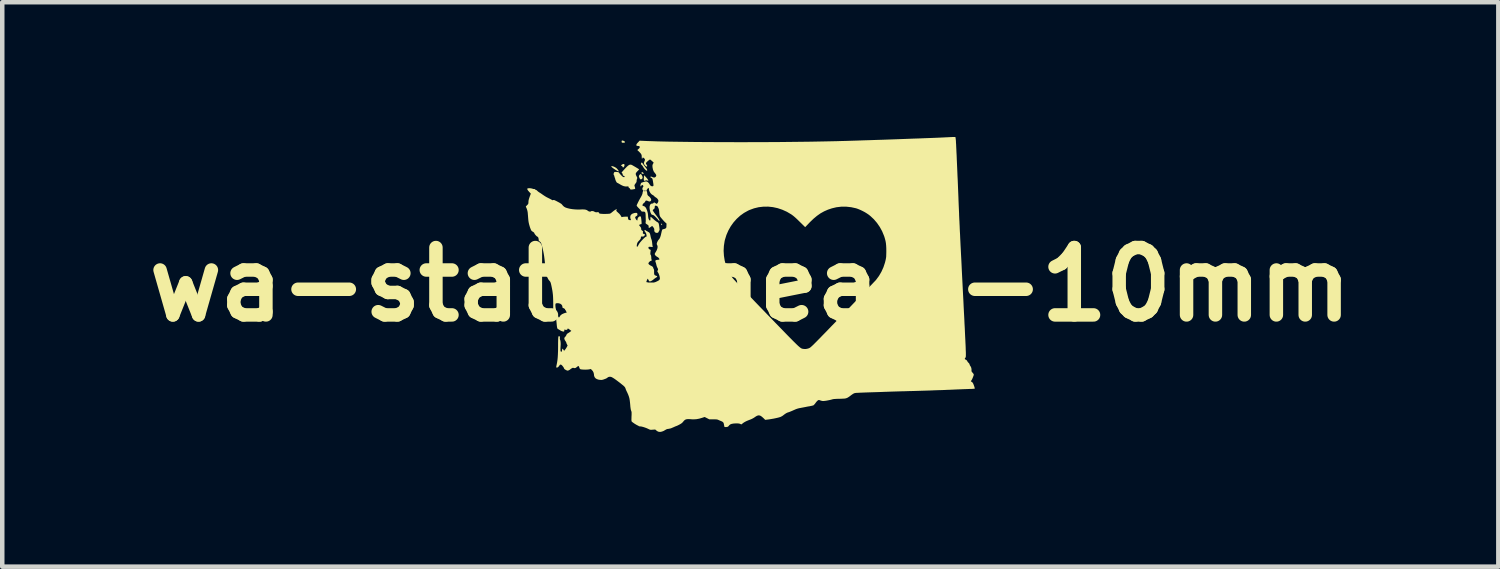
<source format=kicad_pcb>
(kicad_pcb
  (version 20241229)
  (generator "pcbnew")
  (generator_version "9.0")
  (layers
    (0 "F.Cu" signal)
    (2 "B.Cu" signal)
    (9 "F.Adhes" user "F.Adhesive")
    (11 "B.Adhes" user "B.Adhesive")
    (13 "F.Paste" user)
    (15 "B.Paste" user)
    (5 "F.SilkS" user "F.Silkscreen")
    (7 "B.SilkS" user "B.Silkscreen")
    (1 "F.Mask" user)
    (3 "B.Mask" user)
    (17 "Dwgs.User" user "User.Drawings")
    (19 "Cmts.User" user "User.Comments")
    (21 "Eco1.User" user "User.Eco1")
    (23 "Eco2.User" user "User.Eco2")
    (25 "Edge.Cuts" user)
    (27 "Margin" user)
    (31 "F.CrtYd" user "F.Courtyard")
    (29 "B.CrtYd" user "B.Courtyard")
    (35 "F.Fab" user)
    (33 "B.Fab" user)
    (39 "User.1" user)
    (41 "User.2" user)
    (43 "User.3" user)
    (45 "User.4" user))
  (footprint "wa-state-heart-10mm"
    (layer "F.Cu")
    (at 13.657 3.284)
    (property "Reference" "wa-state-heart-10mm" (at 0 0 0) (layer "F.SilkS") (effects (font (size 1.5 1.5) (thickness 0.3))))
    (attr board_only exclude_from_pos_files exclude_from_bom)
    (fp_poly (pts (xy -2.394 -2.497) (xy -2.381 -2.484) (xy -2.375 -2.469) (xy -2.379 -2.461) (xy -2.392 -2.461) (xy -2.397 -2.463) (xy -2.418 -2.473) (xy -2.426 -2.482) (xy -2.423 -2.491) (xy -2.409 -2.5)) (stroke (width 0) (type solid)) (fill yes) (layer "F.SilkS"))
    (fp_poly (pts (xy -1.982 -1.356) (xy -1.975 -1.349) (xy -1.965 -1.338) (xy -1.962 -1.327) (xy -1.965 -1.321) (xy -1.967 -1.321) (xy -1.975 -1.325) (xy -1.98 -1.328) (xy -1.986 -1.341) (xy -1.987 -1.349) (xy -1.987 -1.357)) (stroke (width 0) (type solid)) (fill yes) (layer "F.SilkS"))
    (fp_poly (pts (xy -2.839 -3.204) (xy -2.817 -3.196) (xy -2.799 -3.186) (xy -2.791 -3.174) (xy -2.792 -3.164) (xy -2.796 -3.16) (xy -2.809 -3.156) (xy -2.828 -3.155) (xy -2.847 -3.156) (xy -2.858 -3.158) (xy -2.863 -3.166) (xy -2.866 -3.182) (xy -2.866 -3.184) (xy -2.863 -3.199) (xy -2.855 -3.205)) (stroke (width 0) (type solid)) (fill yes) (layer "F.SilkS"))
    (fp_poly (pts (xy -2.811 -2.682) (xy -2.804 -2.673) (xy -2.801 -2.657) (xy -2.804 -2.638) (xy -2.811 -2.622) (xy -2.815 -2.617) (xy -2.828 -2.605) (xy -2.837 -2.605) (xy -2.843 -2.616) (xy -2.844 -2.619) (xy -2.853 -2.634) (xy -2.863 -2.639) (xy -2.876 -2.644) (xy -2.877 -2.652) (xy -2.867 -2.662) (xy -2.85 -2.674) (xy -2.831 -2.681) (xy -2.814 -2.683)) (stroke (width 0) (type solid)) (fill yes) (layer "F.SilkS"))
    (fp_poly (pts (xy -2.433 -2.455) (xy -2.421 -2.441) (xy -2.409 -2.42) (xy -2.4 -2.398) (xy -2.398 -2.383) (xy -2.402 -2.364) (xy -2.413 -2.35) (xy -2.428 -2.341) (xy -2.443 -2.34) (xy -2.454 -2.348) (xy -2.466 -2.367) (xy -2.475 -2.389) (xy -2.481 -2.408) (xy -2.481 -2.412) (xy -2.476 -2.426) (xy -2.465 -2.442) (xy -2.462 -2.446) (xy -2.449 -2.457) (xy -2.44 -2.459)) (stroke (width 0) (type solid)) (fill yes) (layer "F.SilkS"))
    (fp_poly (pts (xy -2.324 -2.39) (xy -2.299 -2.362) (xy -2.282 -2.339) (xy -2.272 -2.322) (xy -2.27 -2.312) (xy -2.276 -2.309) (xy -2.289 -2.314) (xy -2.303 -2.319) (xy -2.323 -2.317) (xy -2.331 -2.315) (xy -2.349 -2.31) (xy -2.359 -2.308) (xy -2.364 -2.309) (xy -2.368 -2.312) (xy -2.368 -2.312) (xy -2.37 -2.321) (xy -2.371 -2.34) (xy -2.371 -2.364) (xy -2.368 -2.391) (xy -2.367 -2.404) (xy -2.362 -2.432)) (stroke (width 0) (type solid)) (fill yes) (layer "F.SilkS"))
    (fp_poly (pts (xy -3.078 -2.635) (xy -3.058 -2.63) (xy -3.035 -2.622) (xy -3.011 -2.61) (xy -2.988 -2.596) (xy -2.983 -2.592) (xy -2.97 -2.58) (xy -2.955 -2.563) (xy -2.942 -2.546) (xy -2.932 -2.531) (xy -2.93 -2.523) (xy -2.935 -2.519) (xy -2.948 -2.523) (xy -2.969 -2.533) (xy -2.973 -2.535) (xy -3.004 -2.554) (xy -3.034 -2.574) (xy -3.061 -2.593) (xy -3.081 -2.61) (xy -3.093 -2.623) (xy -3.096 -2.63) (xy -3.091 -2.635)) (stroke (width 0) (type solid)) (fill yes) (layer "F.SilkS"))
    (fp_poly (pts (xy -2.407 -2.708) (xy -2.393 -2.69) (xy -2.387 -2.682) (xy -2.37 -2.656) (xy -2.35 -2.629) (xy -2.337 -2.612) (xy -2.315 -2.585) (xy -2.302 -2.564) (xy -2.296 -2.548) (xy -2.295 -2.542) (xy -2.299 -2.533) (xy -2.309 -2.534) (xy -2.326 -2.545) (xy -2.343 -2.561) (xy -2.361 -2.581) (xy -2.378 -2.604) (xy -2.385 -2.617) (xy -2.398 -2.638) (xy -2.413 -2.656) (xy -2.418 -2.661) (xy -2.431 -2.673) (xy -2.435 -2.683) (xy -2.432 -2.696) (xy -2.425 -2.711) (xy -2.417 -2.715)) (stroke (width 0) (type solid)) (fill yes) (layer "F.SilkS"))
    (fp_poly (pts (xy -2.656 -2.667) (xy -2.646 -2.664) (xy -2.635 -2.659) (xy -2.616 -2.649) (xy -2.593 -2.635) (xy -2.566 -2.62) (xy -2.54 -2.604) (xy -2.515 -2.589) (xy -2.494 -2.576) (xy -2.48 -2.566) (xy -2.475 -2.562) (xy -2.475 -2.562) (xy -2.479 -2.557) (xy -2.49 -2.545) (xy -2.506 -2.528) (xy -2.513 -2.522) (xy -2.535 -2.497) (xy -2.548 -2.478) (xy -2.551 -2.458) (xy -2.546 -2.437) (xy -2.533 -2.409) (xy -2.532 -2.408) (xy -2.522 -2.388) (xy -2.517 -2.375) (xy -2.517 -2.365) (xy -2.522 -2.354) (xy -2.522 -2.354) (xy -2.528 -2.335) (xy -2.531 -2.313) (xy -2.531 -2.31) (xy -2.533 -2.285) (xy -2.541 -2.269) (xy -2.559 -2.244) (xy -2.571 -2.227) (xy -2.577 -2.215) (xy -2.58 -2.206) (xy -2.578 -2.197) (xy -2.575 -2.184) (xy -2.573 -2.178) (xy -2.566 -2.153) (xy -2.563 -2.137) (xy -2.566 -2.129) (xy -2.574 -2.124) (xy -2.587 -2.122) (xy -2.62 -2.116) (xy -2.642 -2.113) (xy -2.656 -2.113) (xy -2.665 -2.114) (xy -2.666 -2.114) (xy -2.674 -2.122) (xy -2.68 -2.133) (xy -2.689 -2.146) (xy -2.699 -2.152) (xy -2.71 -2.161) (xy -2.712 -2.171) (xy -2.713 -2.18) (xy -2.717 -2.184) (xy -2.728 -2.184) (xy -2.746 -2.182) (xy -2.781 -2.182) (xy -2.817 -2.189) (xy -2.857 -2.205) (xy -2.903 -2.23) (xy -2.904 -2.231) (xy -2.927 -2.245) (xy -2.947 -2.255) (xy -2.959 -2.262) (xy -2.963 -2.263) (xy -2.971 -2.268) (xy -2.981 -2.282) (xy -2.991 -2.301) (xy -3 -2.321) (xy -3.005 -2.337) (xy -3.01 -2.358) (xy -3.017 -2.377) (xy -3.017 -2.378) (xy -3.024 -2.395) (xy -3.026 -2.408) (xy -3.03 -2.424) (xy -3.036 -2.432) (xy -3.044 -2.449) (xy -3.042 -2.472) (xy -3.035 -2.488) (xy -3.029 -2.499) (xy -3.023 -2.504) (xy -3.012 -2.506) (xy -2.995 -2.506) (xy -2.98 -2.505) (xy -2.955 -2.503) (xy -2.939 -2.5) (xy -2.93 -2.495) (xy -2.924 -2.488) (xy -2.909 -2.469) (xy -2.89 -2.447) (xy -2.87 -2.426) (xy -2.851 -2.408) (xy -2.836 -2.396) (xy -2.833 -2.394) (xy -2.817 -2.389) (xy -2.805 -2.389) (xy -2.797 -2.396) (xy -2.799 -2.406) (xy -2.81 -2.415) (xy -2.819 -2.419) (xy -2.834 -2.425) (xy -2.839 -2.435) (xy -2.84 -2.445) (xy -2.845 -2.464) (xy -2.853 -2.478) (xy -2.867 -2.493) (xy -2.822 -2.543) (xy -2.785 -2.584) (xy -2.754 -2.616) (xy -2.729 -2.639) (xy -2.708 -2.655) (xy -2.689 -2.665) (xy -2.673 -2.668)) (stroke (width 0) (type solid)) (fill yes) (layer "F.SilkS"))
    (fp_poly (pts (xy 4.554 -3.284) (xy 4.565 -3.283) (xy 4.566 -3.282) (xy 4.569 -3.275) (xy 4.572 -3.257) (xy 4.575 -3.232) (xy 4.578 -3.205) (xy 4.579 -3.188) (xy 4.58 -3.159) (xy 4.583 -3.118) (xy 4.585 -3.068) (xy 4.588 -3.009) (xy 4.591 -2.941) (xy 4.595 -2.867) (xy 4.598 -2.786) (xy 4.602 -2.699) (xy 4.606 -2.608) (xy 4.61 -2.514) (xy 4.614 -2.416) (xy 4.619 -2.318) (xy 4.623 -2.218) (xy 4.627 -2.118) (xy 4.631 -2.02) (xy 4.635 -1.923) (xy 4.635 -1.914) (xy 4.637 -1.86) (xy 4.639 -1.81) (xy 4.641 -1.762) (xy 4.643 -1.716) (xy 4.645 -1.672) (xy 4.647 -1.628) (xy 4.649 -1.585) (xy 4.65 -1.541) (xy 4.652 -1.497) (xy 4.654 -1.451) (xy 4.657 -1.403) (xy 4.659 -1.352) (xy 4.662 -1.297) (xy 4.664 -1.239) (xy 4.667 -1.177) (xy 4.671 -1.109) (xy 4.674 -1.036) (xy 4.678 -0.957) (xy 4.682 -0.87) (xy 4.687 -0.777) (xy 4.692 -0.675) (xy 4.698 -0.565) (xy 4.704 -0.445) (xy 4.71 -0.316) (xy 4.717 -0.177) (xy 4.725 -0.026) (xy 4.733 0.136) (xy 4.742 0.31) (xy 4.744 0.343) (xy 4.751 0.493) (xy 4.758 0.631) (xy 4.765 0.757) (xy 4.77 0.872) (xy 4.776 0.976) (xy 4.78 1.07) (xy 4.784 1.155) (xy 4.788 1.23) (xy 4.791 1.297) (xy 4.794 1.355) (xy 4.796 1.407) (xy 4.797 1.451) (xy 4.799 1.489) (xy 4.8 1.521) (xy 4.8 1.547) (xy 4.8 1.569) (xy 4.8 1.587) (xy 4.799 1.6) (xy 4.798 1.611) (xy 4.797 1.618) (xy 4.795 1.624) (xy 4.793 1.628) (xy 4.791 1.63) (xy 4.788 1.633) (xy 4.786 1.635) (xy 4.785 1.635) (xy 4.777 1.648) (xy 4.778 1.661) (xy 4.788 1.67) (xy 4.788 1.67) (xy 4.806 1.679) (xy 4.822 1.692) (xy 4.832 1.706) (xy 4.834 1.712) (xy 4.839 1.723) (xy 4.851 1.736) (xy 4.856 1.741) (xy 4.875 1.761) (xy 4.883 1.781) (xy 4.89 1.801) (xy 4.9 1.817) (xy 4.901 1.818) (xy 4.912 1.835) (xy 4.921 1.859) (xy 4.926 1.887) (xy 4.926 1.912) (xy 4.926 1.915) (xy 4.925 1.929) (xy 4.932 1.944) (xy 4.944 1.959) (xy 4.962 1.98) (xy 4.972 1.994) (xy 4.976 2.006) (xy 4.975 2.018) (xy 4.969 2.036) (xy 4.965 2.047) (xy 4.952 2.081) (xy 4.939 2.11) (xy 4.927 2.132) (xy 4.918 2.144) (xy 4.917 2.144) (xy 4.911 2.153) (xy 4.917 2.162) (xy 4.927 2.167) (xy 4.941 2.176) (xy 4.954 2.192) (xy 4.956 2.194) (xy 4.964 2.21) (xy 4.973 2.232) (xy 4.982 2.257) (xy 4.99 2.281) (xy 4.996 2.302) (xy 4.998 2.316) (xy 4.997 2.32) (xy 4.99 2.322) (xy 4.972 2.323) (xy 4.947 2.325) (xy 4.931 2.326) (xy 4.901 2.326) (xy 4.86 2.328) (xy 4.808 2.33) (xy 4.746 2.332) (xy 4.675 2.335) (xy 4.596 2.338) (xy 4.51 2.342) (xy 4.418 2.346) (xy 4.401 2.346) (xy 4.341 2.349) (xy 4.27 2.352) (xy 4.19 2.354) (xy 4.102 2.357) (xy 4.009 2.361) (xy 3.912 2.364) (xy 3.813 2.367) (xy 3.714 2.37) (xy 3.616 2.373) (xy 3.521 2.375) (xy 3.432 2.378) (xy 3.407 2.378) (xy 3.343 2.38) (xy 3.276 2.382) (xy 3.209 2.384) (xy 3.144 2.386) (xy 3.085 2.388) (xy 3.033 2.39) (xy 2.994 2.391) (xy 2.95 2.393) (xy 2.896 2.395) (xy 2.835 2.397) (xy 2.77 2.399) (xy 2.704 2.401) (xy 2.64 2.403) (xy 2.609 2.404) (xy 2.554 2.406) (xy 2.502 2.408) (xy 2.453 2.41) (xy 2.411 2.412) (xy 2.377 2.414) (xy 2.352 2.415) (xy 2.34 2.417) (xy 2.322 2.42) (xy 2.305 2.427) (xy 2.287 2.437) (xy 2.263 2.453) (xy 2.245 2.466) (xy 2.214 2.49) (xy 2.189 2.507) (xy 2.167 2.521) (xy 2.146 2.53) (xy 2.124 2.537) (xy 2.098 2.541) (xy 2.065 2.543) (xy 2.024 2.545) (xy 1.987 2.546) (xy 1.937 2.547) (xy 1.897 2.549) (xy 1.867 2.551) (xy 1.844 2.554) (xy 1.828 2.558) (xy 1.821 2.56) (xy 1.8 2.566) (xy 1.771 2.573) (xy 1.736 2.58) (xy 1.7 2.587) (xy 1.666 2.592) (xy 1.638 2.595) (xy 1.621 2.596) (xy 1.602 2.594) (xy 1.577 2.588) (xy 1.562 2.583) (xy 1.542 2.576) (xy 1.529 2.573) (xy 1.518 2.575) (xy 1.507 2.58) (xy 1.495 2.59) (xy 1.478 2.607) (xy 1.46 2.629) (xy 1.455 2.637) (xy 1.438 2.659) (xy 1.422 2.677) (xy 1.41 2.689) (xy 1.407 2.691) (xy 1.395 2.695) (xy 1.373 2.701) (xy 1.344 2.707) (xy 1.311 2.714) (xy 1.301 2.715) (xy 1.266 2.721) (xy 1.233 2.728) (xy 1.206 2.733) (xy 1.187 2.737) (xy 1.184 2.737) (xy 1.165 2.741) (xy 1.138 2.746) (xy 1.108 2.752) (xy 1.099 2.753) (xy 1.061 2.762) (xy 1.021 2.775) (xy 0.975 2.795) (xy 0.968 2.798) (xy 0.935 2.813) (xy 0.901 2.827) (xy 0.871 2.839) (xy 0.851 2.846) (xy 0.826 2.854) (xy 0.803 2.865) (xy 0.779 2.88) (xy 0.751 2.9) (xy 0.726 2.92) (xy 0.704 2.934) (xy 0.677 2.948) (xy 0.657 2.955) (xy 0.618 2.966) (xy 0.57 2.977) (xy 0.517 2.988) (xy 0.464 2.997) (xy 0.415 3.005) (xy 0.398 3.007) (xy 0.332 3.015) (xy 0.293 2.976) (xy 0.258 2.945) (xy 0.229 2.925) (xy 0.201 2.916) (xy 0.174 2.916) (xy 0.144 2.927) (xy 0.11 2.948) (xy 0.098 2.957) (xy 0.07 2.975) (xy 0.038 2.992) (xy 0.011 3.004) (xy -0.038 3.023) (xy -0.077 3.039) (xy -0.108 3.054) (xy -0.133 3.068) (xy -0.155 3.082) (xy -0.162 3.088) (xy -0.2 3.117) (xy -0.226 3.105) (xy -0.242 3.099) (xy -0.261 3.096) (xy -0.286 3.094) (xy -0.32 3.094) (xy -0.372 3.097) (xy -0.412 3.104) (xy -0.443 3.115) (xy -0.465 3.131) (xy -0.473 3.141) (xy -0.486 3.157) (xy -0.499 3.167) (xy -0.502 3.169) (xy -0.517 3.172) (xy -0.537 3.175) (xy -0.556 3.175) (xy -0.571 3.173) (xy -0.575 3.172) (xy -0.578 3.163) (xy -0.581 3.146) (xy -0.585 3.127) (xy -0.591 3.095) (xy -0.602 3.072) (xy -0.621 3.056) (xy -0.648 3.043) (xy -0.651 3.042) (xy -0.676 3.032) (xy -0.699 3.022) (xy -0.712 3.016) (xy -0.723 3.011) (xy -0.736 3.008) (xy -0.754 3.005) (xy -0.778 3.004) (xy -0.813 3.004) (xy -0.824 3.004) (xy -0.914 3.003) (xy -0.965 2.977) (xy -1.016 2.951) (xy -1.071 2.969) (xy -1.135 2.988) (xy -1.2 3) (xy -1.26 3.004) (xy -1.298 3.003) (xy -1.348 2.999) (xy -1.387 2.998) (xy -1.417 3.001) (xy -1.441 3.008) (xy -1.461 3.02) (xy -1.479 3.037) (xy -1.494 3.055) (xy -1.511 3.075) (xy -1.531 3.092) (xy -1.558 3.109) (xy -1.572 3.117) (xy -1.599 3.131) (xy -1.625 3.144) (xy -1.645 3.152) (xy -1.651 3.154) (xy -1.669 3.161) (xy -1.694 3.172) (xy -1.72 3.184) (xy -1.726 3.186) (xy -1.768 3.204) (xy -1.808 3.213) (xy -1.819 3.215) (xy -1.849 3.219) (xy -1.872 3.228) (xy -1.889 3.238) (xy -1.93 3.262) (xy -1.97 3.277) (xy -2.009 3.284) (xy -2.042 3.28) (xy -2.043 3.28) (xy -2.066 3.27) (xy -2.088 3.255) (xy -2.094 3.25) (xy -2.117 3.23) (xy -2.173 3.234) (xy -2.2 3.236) (xy -2.219 3.236) (xy -2.235 3.233) (xy -2.251 3.227) (xy -2.273 3.216) (xy -2.309 3.2) (xy -2.349 3.185) (xy -2.387 3.173) (xy -2.422 3.164) (xy -2.449 3.161) (xy -2.452 3.161) (xy -2.47 3.159) (xy -2.482 3.156) (xy -2.484 3.154) (xy -2.492 3.147) (xy -2.507 3.14) (xy -2.51 3.139) (xy -2.529 3.129) (xy -2.553 3.115) (xy -2.579 3.099) (xy -2.603 3.082) (xy -2.624 3.067) (xy -2.638 3.055) (xy -2.642 3.05) (xy -2.645 3.038) (xy -2.647 3.014) (xy -2.646 2.98) (xy -2.645 2.94) (xy -2.643 2.902) (xy -2.643 2.874) (xy -2.643 2.853) (xy -2.645 2.838) (xy -2.648 2.824) (xy -2.653 2.81) (xy -2.654 2.809) (xy -2.661 2.786) (xy -2.666 2.755) (xy -2.671 2.715) (xy -2.673 2.685) (xy -2.679 2.625) (xy -2.685 2.575) (xy -2.693 2.531) (xy -2.705 2.491) (xy -2.72 2.451) (xy -2.739 2.408) (xy -2.746 2.394) (xy -2.758 2.369) (xy -2.769 2.344) (xy -2.776 2.325) (xy -2.776 2.324) (xy -2.781 2.309) (xy -2.788 2.295) (xy -2.796 2.283) (xy -2.809 2.269) (xy -2.827 2.252) (xy -2.852 2.232) (xy -2.884 2.206) (xy -2.9 2.193) (xy -2.953 2.153) (xy -2.997 2.12) (xy -3.033 2.095) (xy -3.062 2.077) (xy -3.086 2.064) (xy -3.103 2.058) (xy -3.127 2.055) (xy -3.152 2.059) (xy -3.173 2.068) (xy -3.181 2.076) (xy -3.192 2.084) (xy -3.21 2.094) (xy -3.221 2.099) (xy -3.246 2.108) (xy -3.271 2.117) (xy -3.279 2.12) (xy -3.309 2.126) (xy -3.345 2.125) (xy -3.383 2.119) (xy -3.417 2.107) (xy -3.443 2.092) (xy -3.467 2.064) (xy -3.479 2.03) (xy -3.481 2.005) (xy -3.488 1.968) (xy -3.505 1.932) (xy -3.528 1.905) (xy -3.551 1.883) (xy -3.59 1.891) (xy -3.613 1.894) (xy -3.643 1.896) (xy -3.677 1.897) (xy -3.711 1.896) (xy -3.742 1.894) (xy -3.768 1.891) (xy -3.784 1.887) (xy -3.786 1.886) (xy -3.798 1.874) (xy -3.807 1.852) (xy -3.807 1.849) (xy -3.814 1.831) (xy -3.821 1.819) (xy -3.824 1.817) (xy -3.835 1.819) (xy -3.85 1.828) (xy -3.859 1.836) (xy -3.883 1.855) (xy -3.904 1.863) (xy -3.925 1.862) (xy -3.933 1.859) (xy -3.946 1.856) (xy -3.958 1.858) (xy -3.976 1.867) (xy -3.978 1.869) (xy -3.995 1.879) (xy -4.007 1.889) (xy -4.01 1.892) (xy -4.019 1.899) (xy -4.034 1.907) (xy -4.041 1.911) (xy -4.059 1.918) (xy -4.072 1.919) (xy -4.087 1.914) (xy -4.089 1.913) (xy -4.113 1.901) (xy -4.133 1.888) (xy -4.145 1.875) (xy -4.148 1.868) (xy -4.153 1.854) (xy -4.166 1.834) (xy -4.186 1.809) (xy -4.194 1.8) (xy -4.213 1.786) (xy -4.23 1.784) (xy -4.244 1.794) (xy -4.249 1.803) (xy -4.261 1.82) (xy -4.277 1.837) (xy -4.295 1.849) (xy -4.309 1.853) (xy -4.316 1.85) (xy -4.32 1.842) (xy -4.32 1.827) (xy -4.315 1.802) (xy -4.311 1.783) (xy -4.302 1.737) (xy -4.294 1.684) (xy -4.288 1.625) (xy -4.284 1.557) (xy -4.281 1.479) (xy -4.28 1.39) (xy -4.28 1.368) (xy -4.28 1.308) (xy -4.279 1.259) (xy -4.278 1.221) (xy -4.277 1.193) (xy -4.274 1.173) (xy -4.271 1.16) (xy -4.267 1.153) (xy -4.261 1.15) (xy -4.254 1.152) (xy -4.249 1.155) (xy -4.241 1.161) (xy -4.239 1.172) (xy -4.24 1.187) (xy -4.241 1.206) (xy -4.239 1.222) (xy -4.238 1.225) (xy -4.229 1.249) (xy -4.224 1.283) (xy -4.222 1.328) (xy -4.225 1.384) (xy -4.225 1.385) (xy -4.227 1.423) (xy -4.227 1.454) (xy -4.226 1.476) (xy -4.224 1.485) (xy -4.216 1.498) (xy -4.205 1.499) (xy -4.197 1.49) (xy -4.194 1.478) (xy -4.19 1.45) (xy -4.185 1.434) (xy -4.18 1.43) (xy -4.174 1.435) (xy -4.165 1.447) (xy -4.161 1.454) (xy -4.146 1.478) (xy -4.125 1.453) (xy -4.11 1.433) (xy -4.094 1.408) (xy -4.086 1.394) (xy -4.068 1.359) (xy -4.082 1.334) (xy -4.091 1.316) (xy -4.096 1.301) (xy -4.097 1.297) (xy -4.1 1.285) (xy -4.11 1.269) (xy -4.116 1.261) (xy -4.131 1.238) (xy -4.139 1.214) (xy -4.14 1.212) (xy -4.141 1.196) (xy -4.136 1.183) (xy -4.125 1.169) (xy -4.12 1.165) (xy -4.106 1.147) (xy -4.096 1.129) (xy -4.093 1.122) (xy -4.087 1.108) (xy -4.074 1.095) (xy -4.056 1.084) (xy -4.034 1.07) (xy -4.014 1.057) (xy -4.004 1.049) (xy -3.985 1.034) (xy -4.019 1.008) (xy -4.043 0.99) (xy -4.059 0.982) (xy -4.068 0.984) (xy -4.071 0.994) (xy -4.076 1.005) (xy -4.091 1.011) (xy -4.11 1.012) (xy -4.123 1.008) (xy -4.136 1.004) (xy -4.141 1.008) (xy -4.141 1.021) (xy -4.141 1.023) (xy -4.143 1.038) (xy -4.146 1.047) (xy -4.146 1.047) (xy -4.158 1.049) (xy -4.178 1.046) (xy -4.2 1.039) (xy -4.222 1.029) (xy -4.236 1.02) (xy -4.254 1.008) (xy -4.27 0.999) (xy -4.274 0.997) (xy -4.285 0.992) (xy -4.293 0.984) (xy -4.299 0.969) (xy -4.304 0.947) (xy -4.308 0.916) (xy -4.312 0.874) (xy -4.312 0.872) (xy -4.316 0.834) (xy -4.32 0.796) (xy -4.325 0.762) (xy -4.33 0.736) (xy -4.331 0.733) (xy -4.337 0.697) (xy -4.339 0.672) (xy -4.335 0.657) (xy -4.326 0.649) (xy -4.324 0.649) (xy -4.308 0.653) (xy -4.294 0.668) (xy -4.282 0.694) (xy -4.28 0.703) (xy -4.272 0.725) (xy -4.264 0.735) (xy -4.254 0.731) (xy -4.243 0.715) (xy -4.241 0.71) (xy -4.221 0.683) (xy -4.19 0.661) (xy -4.148 0.642) (xy -4.104 0.629) (xy -4.064 0.619) (xy -4.033 0.61) (xy -4.012 0.601) (xy -4.001 0.594) (xy -4 0.591) (xy -4.006 0.585) (xy -4.019 0.576) (xy -4.036 0.567) (xy -4.052 0.56) (xy -4.062 0.558) (xy -4.073 0.556) (xy -4.093 0.55) (xy -4.118 0.543) (xy -4.129 0.539) (xy -4.154 0.53) (xy -4.17 0.524) (xy -4.179 0.518) (xy -4.183 0.51) (xy -4.183 0.5) (xy -4.183 0.498) (xy -4.19 0.47) (xy -4.206 0.447) (xy -4.232 0.429) (xy -4.265 0.419) (xy -4.291 0.417) (xy -4.311 0.418) (xy -4.327 0.422) (xy -4.332 0.424) (xy -4.338 0.437) (xy -4.34 0.458) (xy -4.339 0.486) (xy -4.336 0.517) (xy -4.33 0.544) (xy -4.326 0.566) (xy -4.324 0.583) (xy -4.325 0.59) (xy -4.332 0.597) (xy -4.347 0.606) (xy -4.358 0.612) (xy -4.389 0.627) (xy -4.388 0.447) (xy -4.389 0.38) (xy -4.39 0.324) (xy -4.392 0.276) (xy -4.395 0.231) (xy -4.4 0.188) (xy -4.406 0.144) (xy -4.415 0.096) (xy -4.423 0.055) (xy -4.432 0.013) (xy -4.439 -0.017) (xy -4.446 -0.04) (xy -4.453 -0.057) (xy -4.462 -0.07) (xy -4.472 -0.082) (xy -4.473 -0.083) (xy -4.49 -0.103) (xy -4.505 -0.127) (xy -4.508 -0.135) (xy -4.518 -0.154) (xy -4.527 -0.17) (xy -4.53 -0.174) (xy -4.536 -0.181) (xy -4.54 -0.191) (xy -4.544 -0.206) (xy -4.548 -0.226) (xy -4.551 -0.253) (xy -4.555 -0.289) (xy -4.56 -0.335) (xy -4.564 -0.385) (xy -4.571 -0.462) (xy -4.578 -0.529) (xy -4.585 -0.587) (xy -4.592 -0.639) (xy -4.6 -0.687) (xy -4.609 -0.734) (xy -4.619 -0.781) (xy -4.631 -0.83) (xy -4.635 -0.846) (xy -4.646 -0.883) (xy -4.654 -0.911) (xy -4.663 -0.93) (xy -4.673 -0.944) (xy -4.684 -0.954) (xy -4.693 -0.959) (xy -4.705 -0.969) (xy -4.711 -0.98) (xy -4.712 -0.999) (xy -4.715 -1.022) (xy -4.721 -1.043) (xy -4.73 -1.058) (xy -4.74 -1.064) (xy -4.74 -1.064) (xy -4.75 -1.069) (xy -4.764 -1.081) (xy -4.78 -1.098) (xy -4.794 -1.115) (xy -4.805 -1.131) (xy -4.808 -1.141) (xy -4.814 -1.153) (xy -4.832 -1.168) (xy -4.836 -1.17) (xy -4.854 -1.181) (xy -4.868 -1.192) (xy -4.879 -1.206) (xy -4.888 -1.225) (xy -4.898 -1.251) (xy -4.907 -1.276) (xy -4.918 -1.313) (xy -4.927 -1.345) (xy -4.934 -1.377) (xy -4.94 -1.412) (xy -4.944 -1.452) (xy -4.948 -1.5) (xy -4.949 -1.515) (xy -4.953 -1.562) (xy -4.956 -1.6) (xy -4.961 -1.629) (xy -4.967 -1.654) (xy -4.974 -1.677) (xy -4.983 -1.7) (xy -4.984 -1.701) (xy -4.999 -1.736) (xy -4.97 -1.765) (xy -4.955 -1.781) (xy -4.946 -1.793) (xy -4.942 -1.807) (xy -4.94 -1.827) (xy -4.94 -1.838) (xy -4.938 -1.864) (xy -4.932 -1.892) (xy -4.922 -1.925) (xy -4.913 -1.952) (xy -4.887 -2.022) (xy -4.922 -2.06) (xy -4.947 -2.089) (xy -4.962 -2.111) (xy -4.967 -2.127) (xy -4.962 -2.137) (xy -4.946 -2.142) (xy -4.92 -2.143) (xy -4.914 -2.143) (xy -4.888 -2.141) (xy -4.863 -2.136) (xy -4.849 -2.132) (xy -4.831 -2.126) (xy -4.816 -2.125) (xy -4.814 -2.125) (xy -4.8 -2.124) (xy -4.791 -2.116) (xy -4.779 -2.106) (xy -4.769 -2.103) (xy -4.757 -2.098) (xy -4.745 -2.087) (xy -4.745 -2.086) (xy -4.732 -2.074) (xy -4.713 -2.059) (xy -4.696 -2.048) (xy -4.675 -2.035) (xy -4.648 -2.017) (xy -4.62 -1.997) (xy -4.608 -1.989) (xy -4.578 -1.969) (xy -4.542 -1.947) (xy -4.505 -1.928) (xy -4.491 -1.921) (xy -4.464 -1.908) (xy -4.44 -1.895) (xy -4.423 -1.886) (xy -4.417 -1.881) (xy -4.406 -1.875) (xy -4.393 -1.878) (xy -4.39 -1.879) (xy -4.382 -1.881) (xy -4.374 -1.881) (xy -4.362 -1.878) (xy -4.345 -1.87) (xy -4.32 -1.858) (xy -4.288 -1.841) (xy -4.252 -1.822) (xy -4.226 -1.806) (xy -4.207 -1.794) (xy -4.195 -1.782) (xy -4.186 -1.771) (xy -4.171 -1.753) (xy -4.151 -1.735) (xy -4.14 -1.727) (xy -4.11 -1.711) (xy -4.069 -1.698) (xy -4.02 -1.686) (xy -3.965 -1.677) (xy -3.906 -1.671) (xy -3.846 -1.668) (xy -3.786 -1.669) (xy -3.779 -1.67) (xy -3.73 -1.671) (xy -3.692 -1.669) (xy -3.662 -1.664) (xy -3.638 -1.655) (xy -3.619 -1.642) (xy -3.618 -1.641) (xy -3.6 -1.629) (xy -3.579 -1.623) (xy -3.561 -1.622) (xy -3.549 -1.627) (xy -3.548 -1.628) (xy -3.538 -1.634) (xy -3.521 -1.635) (xy -3.5 -1.632) (xy -3.481 -1.626) (xy -3.471 -1.62) (xy -3.456 -1.612) (xy -3.438 -1.608) (xy -3.414 -1.608) (xy -3.388 -1.611) (xy -3.377 -1.608) (xy -3.373 -1.598) (xy -3.365 -1.585) (xy -3.352 -1.578) (xy -3.337 -1.575) (xy -3.312 -1.573) (xy -3.281 -1.571) (xy -3.247 -1.571) (xy -3.211 -1.571) (xy -3.178 -1.572) (xy -3.15 -1.574) (xy -3.13 -1.576) (xy -3.124 -1.577) (xy -3.11 -1.585) (xy -3.091 -1.598) (xy -3.074 -1.612) (xy -3.041 -1.639) (xy -3.013 -1.659) (xy -2.991 -1.67) (xy -2.98 -1.673) (xy -2.972 -1.672) (xy -2.972 -1.667) (xy -2.978 -1.657) (xy -2.983 -1.65) (xy -2.984 -1.644) (xy -2.981 -1.636) (xy -2.973 -1.626) (xy -2.958 -1.612) (xy -2.936 -1.591) (xy -2.923 -1.58) (xy -2.906 -1.562) (xy -2.89 -1.54) (xy -2.883 -1.53) (xy -2.866 -1.499) (xy -2.835 -1.505) (xy -2.811 -1.508) (xy -2.782 -1.509) (xy -2.766 -1.51) (xy -2.728 -1.51) (xy -2.724 -1.479) (xy -2.72 -1.459) (xy -2.715 -1.445) (xy -2.711 -1.442) (xy -2.693 -1.434) (xy -2.673 -1.431) (xy -2.664 -1.432) (xy -2.657 -1.436) (xy -2.658 -1.443) (xy -2.664 -1.455) (xy -2.67 -1.474) (xy -2.673 -1.497) (xy -2.673 -1.503) (xy -2.668 -1.533) (xy -2.65 -1.558) (xy -2.622 -1.577) (xy -2.582 -1.59) (xy -2.562 -1.593) (xy -2.537 -1.595) (xy -2.522 -1.589) (xy -2.514 -1.574) (xy -2.513 -1.559) (xy -2.515 -1.543) (xy -2.521 -1.533) (xy -2.535 -1.523) (xy -2.539 -1.52) (xy -2.555 -1.51) (xy -2.562 -1.502) (xy -2.563 -1.491) (xy -2.562 -1.486) (xy -2.556 -1.469) (xy -2.546 -1.451) (xy -2.534 -1.436) (xy -2.523 -1.426) (xy -2.517 -1.425) (xy -2.513 -1.433) (xy -2.512 -1.447) (xy -2.509 -1.466) (xy -2.5 -1.485) (xy -2.487 -1.501) (xy -2.471 -1.513) (xy -2.455 -1.518) (xy -2.443 -1.514) (xy -2.439 -1.511) (xy -2.435 -1.499) (xy -2.431 -1.479) (xy -2.427 -1.451) (xy -2.424 -1.42) (xy -2.421 -1.388) (xy -2.421 -1.369) (xy -2.421 -1.352) (xy -2.425 -1.344) (xy -2.436 -1.341) (xy -2.439 -1.341) (xy -2.459 -1.336) (xy -2.472 -1.327) (xy -2.475 -1.32) (xy -2.471 -1.312) (xy -2.46 -1.299) (xy -2.452 -1.289) (xy -2.438 -1.271) (xy -2.431 -1.254) (xy -2.43 -1.238) (xy -2.428 -1.22) (xy -2.422 -1.21) (xy -2.411 -1.202) (xy -2.394 -1.189) (xy -2.387 -1.174) (xy -2.39 -1.159) (xy -2.392 -1.157) (xy -2.394 -1.145) (xy -2.388 -1.134) (xy -2.375 -1.125) (xy -2.361 -1.122) (xy -2.349 -1.118) (xy -2.347 -1.107) (xy -2.354 -1.09) (xy -2.359 -1.083) (xy -2.369 -1.073) (xy -2.383 -1.068) (xy -2.402 -1.067) (xy -2.433 -1.067) (xy -2.437 -1.04) (xy -2.44 -1.023) (xy -2.448 -1.008) (xy -2.462 -0.991) (xy -2.477 -0.975) (xy -2.497 -0.954) (xy -2.509 -0.937) (xy -2.517 -0.919) (xy -2.523 -0.899) (xy -2.528 -0.87) (xy -2.528 -0.85) (xy -2.523 -0.84) (xy -2.515 -0.84) (xy -2.505 -0.852) (xy -2.495 -0.87) (xy -2.477 -0.903) (xy -2.452 -0.938) (xy -2.419 -0.976) (xy -2.383 -1.014) (xy -2.359 -1.037) (xy -2.339 -1.054) (xy -2.324 -1.063) (xy -2.32 -1.064) (xy -2.312 -1.065) (xy -2.309 -1.07) (xy -2.309 -1.082) (xy -2.311 -1.101) (xy -2.319 -1.135) (xy -2.333 -1.159) (xy -2.348 -1.179) (xy -2.356 -1.191) (xy -2.358 -1.198) (xy -2.356 -1.204) (xy -2.353 -1.208) (xy -2.346 -1.214) (xy -2.339 -1.213) (xy -2.328 -1.203) (xy -2.327 -1.202) (xy -2.314 -1.192) (xy -2.304 -1.188) (xy -2.302 -1.189) (xy -2.296 -1.189) (xy -2.295 -1.186) (xy -2.29 -1.179) (xy -2.277 -1.171) (xy -2.273 -1.17) (xy -2.255 -1.16) (xy -2.242 -1.146) (xy -2.233 -1.126) (xy -2.225 -1.096) (xy -2.222 -1.078) (xy -2.216 -1.051) (xy -2.209 -1.026) (xy -2.203 -1.008) (xy -2.202 -1.006) (xy -2.196 -0.99) (xy -2.191 -0.966) (xy -2.187 -0.939) (xy -2.186 -0.933) (xy -2.183 -0.905) (xy -2.18 -0.879) (xy -2.177 -0.859) (xy -2.176 -0.857) (xy -2.172 -0.833) (xy -2.217 -0.837) (xy -2.243 -0.839) (xy -2.26 -0.837) (xy -2.267 -0.83) (xy -2.268 -0.818) (xy -2.266 -0.807) (xy -2.258 -0.791) (xy -2.242 -0.78) (xy -2.239 -0.779) (xy -2.217 -0.769) (xy -2.222 -0.732) (xy -2.225 -0.702) (xy -2.226 -0.681) (xy -2.223 -0.667) (xy -2.217 -0.656) (xy -2.216 -0.655) (xy -2.209 -0.641) (xy -2.206 -0.618) (xy -2.205 -0.602) (xy -2.204 -0.579) (xy -2.202 -0.561) (xy -2.198 -0.553) (xy -2.194 -0.542) (xy -2.199 -0.531) (xy -2.211 -0.526) (xy -2.212 -0.526) (xy -2.226 -0.521) (xy -2.242 -0.509) (xy -2.257 -0.493) (xy -2.267 -0.477) (xy -2.269 -0.469) (xy -2.264 -0.455) (xy -2.249 -0.44) (xy -2.228 -0.425) (xy -2.211 -0.417) (xy -2.185 -0.403) (xy -2.168 -0.387) (xy -2.161 -0.37) (xy -2.16 -0.368) (xy -2.156 -0.352) (xy -2.151 -0.344) (xy -2.146 -0.335) (xy -2.143 -0.32) (xy -2.142 -0.297) (xy -2.142 -0.279) (xy -2.142 -0.246) (xy -2.138 -0.224) (xy -2.13 -0.209) (xy -2.115 -0.2) (xy -2.097 -0.194) (xy -2.079 -0.187) (xy -2.072 -0.177) (xy -2.078 -0.166) (xy -2.097 -0.154) (xy -2.117 -0.141) (xy -2.14 -0.124) (xy -2.151 -0.115) (xy -2.172 -0.098) (xy -2.197 -0.082) (xy -2.208 -0.076) (xy -2.226 -0.069) (xy -2.237 -0.067) (xy -2.245 -0.069) (xy -2.251 -0.074) (xy -2.261 -0.088) (xy -2.27 -0.106) (xy -2.271 -0.107) (xy -2.277 -0.121) (xy -2.282 -0.128) (xy -2.282 -0.128) (xy -2.288 -0.123) (xy -2.295 -0.109) (xy -2.303 -0.092) (xy -2.31 -0.074) (xy -2.314 -0.06) (xy -2.314 -0.058) (xy -2.31 -0.047) (xy -2.304 -0.045) (xy -2.284 -0.04) (xy -2.259 -0.026) (xy -2.229 -0.005) (xy -2.215 0.007) (xy -2.19 0.028) (xy -2.173 0.041) (xy -2.16 0.047) (xy -2.15 0.047) (xy -2.14 0.04) (xy -2.133 0.033) (xy -2.113 0.013) (xy -2.136 0.004) (xy -2.152 -0.004) (xy -2.162 -0.011) (xy -2.163 -0.012) (xy -2.161 -0.02) (xy -2.148 -0.031) (xy -2.125 -0.045) (xy -2.095 -0.061) (xy -2.085 -0.065) (xy -2.053 -0.081) (xy -2.032 -0.095) (xy -2.019 -0.109) (xy -2.014 -0.124) (xy -2.013 -0.135) (xy -2.016 -0.161) (xy -2.023 -0.192) (xy -2.034 -0.224) (xy -2.046 -0.252) (xy -2.056 -0.268) (xy -2.066 -0.282) (xy -2.069 -0.293) (xy -2.065 -0.305) (xy -2.061 -0.314) (xy -2.055 -0.329) (xy -2.054 -0.34) (xy -2.058 -0.352) (xy -2.066 -0.366) (xy -2.077 -0.39) (xy -2.087 -0.417) (xy -2.09 -0.43) (xy -2.096 -0.457) (xy -2.104 -0.485) (xy -2.108 -0.495) (xy -2.114 -0.514) (xy -2.115 -0.525) (xy -2.111 -0.532) (xy -2.107 -0.537) (xy -2.091 -0.545) (xy -2.066 -0.548) (xy -2.064 -0.549) (xy -2.044 -0.55) (xy -2.03 -0.553) (xy -2.026 -0.555) (xy -2.024 -0.565) (xy -2.031 -0.579) (xy -2.044 -0.595) (xy -2.062 -0.609) (xy -2.074 -0.615) (xy -2.096 -0.63) (xy -2.115 -0.648) (xy -2.126 -0.667) (xy -2.128 -0.678) (xy -2.125 -0.688) (xy -2.117 -0.704) (xy -2.105 -0.723) (xy -2.09 -0.75) (xy -0.594 -0.75) (xy -0.587 -0.64) (xy -0.57 -0.531) (xy -0.541 -0.426) (xy -0.501 -0.324) (xy -0.451 -0.229) (xy -0.396 -0.146) (xy -0.384 -0.132) (xy -0.363 -0.108) (xy -0.333 -0.076) (xy -0.295 -0.034) (xy -0.247 0.016) (xy -0.191 0.076) (xy -0.126 0.144) (xy -0.053 0.221) (xy 0.03 0.306) (xy 0.12 0.4) (xy 0.219 0.503) (xy 0.327 0.614) (xy 0.368 0.657) (xy 0.463 0.755) (xy 0.55 0.845) (xy 0.629 0.926) (xy 0.7 0.999) (xy 0.764 1.065) (xy 0.821 1.124) (xy 0.872 1.176) (xy 0.917 1.221) (xy 0.956 1.261) (xy 0.991 1.295) (xy 1.021 1.325) (xy 1.046 1.349) (xy 1.068 1.37) (xy 1.087 1.386) (xy 1.103 1.4) (xy 1.117 1.41) (xy 1.129 1.418) (xy 1.139 1.424) (xy 1.148 1.428) (xy 1.156 1.431) (xy 1.165 1.432) (xy 1.173 1.434) (xy 1.182 1.435) (xy 1.184 1.436) (xy 1.234 1.438) (xy 1.284 1.428) (xy 1.308 1.419) (xy 1.322 1.412) (xy 1.336 1.403) (xy 1.353 1.389) (xy 1.374 1.37) (xy 1.401 1.345) (xy 1.433 1.313) (xy 1.453 1.293) (xy 1.48 1.266) (xy 1.513 1.232) (xy 1.553 1.192) (xy 1.598 1.145) (xy 1.649 1.093) (xy 1.704 1.037) (xy 1.762 0.976) (xy 1.824 0.912) (xy 1.889 0.846) (xy 1.955 0.777) (xy 2.023 0.707) (xy 2.092 0.635) (xy 2.161 0.564) (xy 2.23 0.493) (xy 2.297 0.423) (xy 2.363 0.355) (xy 2.427 0.289) (xy 2.487 0.226) (xy 2.544 0.167) (xy 2.597 0.111) (xy 2.646 0.061) (xy 2.689 0.016) (xy 2.726 -0.023) (xy 2.756 -0.055) (xy 2.78 -0.079) (xy 2.795 -0.096) (xy 2.802 -0.104) (xy 2.865 -0.189) (xy 2.92 -0.283) (xy 2.965 -0.383) (xy 3 -0.489) (xy 3.014 -0.547) (xy 3.019 -0.572) (xy 3.023 -0.596) (xy 3.026 -0.621) (xy 3.027 -0.651) (xy 3.028 -0.687) (xy 3.029 -0.733) (xy 3.029 -0.747) (xy 3.028 -0.812) (xy 3.025 -0.868) (xy 3.02 -0.918) (xy 3.012 -0.965) (xy 3 -1.012) (xy 2.985 -1.063) (xy 2.977 -1.085) (xy 2.936 -1.184) (xy 2.884 -1.279) (xy 2.822 -1.369) (xy 2.752 -1.451) (xy 2.674 -1.524) (xy 2.635 -1.555) (xy 2.595 -1.582) (xy 2.548 -1.611) (xy 2.496 -1.638) (xy 2.443 -1.663) (xy 2.394 -1.683) (xy 2.356 -1.696) (xy 2.247 -1.72) (xy 2.137 -1.732) (xy 2.027 -1.732) (xy 1.917 -1.719) (xy 1.817 -1.695) (xy 1.728 -1.665) (xy 1.644 -1.628) (xy 1.563 -1.583) (xy 1.485 -1.528) (xy 1.407 -1.463) (xy 1.328 -1.387) (xy 1.307 -1.365) (xy 1.222 -1.276) (xy 1.1 -1.396) (xy 1.054 -1.441) (xy 1.016 -1.477) (xy 0.983 -1.506) (xy 0.954 -1.53) (xy 0.927 -1.55) (xy 0.913 -1.56) (xy 0.815 -1.618) (xy 0.713 -1.664) (xy 0.609 -1.699) (xy 0.504 -1.722) (xy 0.398 -1.733) (xy 0.291 -1.732) (xy 0.186 -1.72) (xy 0.083 -1.695) (xy -0.018 -1.658) (xy -0.048 -1.644) (xy -0.14 -1.593) (xy -0.225 -1.532) (xy -0.303 -1.461) (xy -0.374 -1.381) (xy -0.436 -1.294) (xy -0.489 -1.2) (xy -0.532 -1.101) (xy -0.564 -0.997) (xy -0.571 -0.969) (xy -0.588 -0.86) (xy -0.594 -0.75) (xy -2.09 -0.75) (xy -2.084 -0.762) (xy -2.07 -0.799) (xy -2.064 -0.832) (xy -2.066 -0.86) (xy -2.074 -0.875) (xy -2.081 -0.892) (xy -2.083 -0.904) (xy -2.08 -0.921) (xy -2.072 -0.944) (xy -2.061 -0.967) (xy -2.049 -0.986) (xy -2.043 -0.993) (xy -2.023 -1.016) (xy -2.006 -1.051) (xy -1.991 -1.099) (xy -1.984 -1.132) (xy -1.977 -1.162) (xy -1.971 -1.189) (xy -1.965 -1.208) (xy -1.962 -1.218) (xy -1.951 -1.227) (xy -1.931 -1.232) (xy -1.929 -1.233) (xy -1.907 -1.238) (xy -1.888 -1.247) (xy -1.885 -1.249) (xy -1.877 -1.257) (xy -1.871 -1.266) (xy -1.868 -1.282) (xy -1.867 -1.306) (xy -1.867 -1.308) (xy -1.865 -1.355) (xy -1.896 -1.384) (xy -1.919 -1.406) (xy -1.944 -1.434) (xy -1.969 -1.463) (xy -1.992 -1.49) (xy -2.008 -1.513) (xy -2.01 -1.515) (xy -2.016 -1.53) (xy -2.021 -1.552) (xy -2.025 -1.583) (xy -2.027 -1.601) (xy -2.029 -1.632) (xy -2.033 -1.659) (xy -2.038 -1.68) (xy -2.041 -1.689) (xy -2.05 -1.708) (xy -2.057 -1.725) (xy -2.07 -1.742) (xy -2.087 -1.75) (xy -2.108 -1.755) (xy -2.121 -1.752) (xy -2.127 -1.739) (xy -2.128 -1.722) (xy -2.13 -1.702) (xy -2.136 -1.689) (xy -2.15 -1.677) (xy -2.151 -1.676) (xy -2.165 -1.664) (xy -2.172 -1.655) (xy -2.173 -1.653) (xy -2.17 -1.644) (xy -2.159 -1.627) (xy -2.144 -1.604) (xy -2.125 -1.578) (xy -2.104 -1.55) (xy -2.087 -1.529) (xy -2.069 -1.505) (xy -2.051 -1.48) (xy -2.036 -1.456) (xy -2.025 -1.436) (xy -2.02 -1.422) (xy -2.019 -1.42) (xy -2.023 -1.416) (xy -2.032 -1.419) (xy -2.043 -1.427) (xy -2.049 -1.434) (xy -2.061 -1.451) (xy -2.08 -1.472) (xy -2.101 -1.494) (xy -2.122 -1.515) (xy -2.141 -1.532) (xy -2.155 -1.542) (xy -2.155 -1.542) (xy -2.173 -1.549) (xy -2.186 -1.551) (xy -2.198 -1.557) (xy -2.209 -1.574) (xy -2.22 -1.598) (xy -2.23 -1.627) (xy -2.237 -1.66) (xy -2.242 -1.692) (xy -2.243 -1.723) (xy -2.241 -1.739) (xy -2.232 -1.771) (xy -2.217 -1.791) (xy -2.196 -1.801) (xy -2.186 -1.801) (xy -2.166 -1.804) (xy -2.154 -1.814) (xy -2.153 -1.815) (xy -2.144 -1.829) (xy -2.113 -1.811) (xy -2.082 -1.793) (xy -2.067 -1.81) (xy -2.055 -1.829) (xy -2.048 -1.85) (xy -2.048 -1.85) (xy -2.046 -1.867) (xy -2.051 -1.882) (xy -2.062 -1.9) (xy -2.078 -1.919) (xy -2.098 -1.934) (xy -2.105 -1.938) (xy -2.123 -1.95) (xy -2.137 -1.963) (xy -2.139 -1.966) (xy -2.151 -1.978) (xy -2.169 -1.99) (xy -2.176 -1.993) (xy -2.201 -2.01) (xy -2.224 -2.036) (xy -2.242 -2.067) (xy -2.254 -2.099) (xy -2.256 -2.12) (xy -2.259 -2.136) (xy -2.265 -2.147) (xy -2.273 -2.151) (xy -2.279 -2.145) (xy -2.28 -2.144) (xy -2.287 -2.131) (xy -2.299 -2.116) (xy -2.3 -2.114) (xy -2.31 -2.102) (xy -2.313 -2.093) (xy -2.308 -2.08) (xy -2.306 -2.075) (xy -2.298 -2.053) (xy -2.295 -2.031) (xy -2.295 -2.03) (xy -2.291 -2) (xy -2.277 -1.977) (xy -2.261 -1.965) (xy -2.242 -1.949) (xy -2.224 -1.927) (xy -2.211 -1.905) (xy -2.206 -1.885) (xy -2.206 -1.884) (xy -2.211 -1.866) (xy -2.225 -1.852) (xy -2.244 -1.846) (xy -2.245 -1.846) (xy -2.258 -1.849) (xy -2.275 -1.856) (xy -2.281 -1.859) (xy -2.303 -1.867) (xy -2.322 -1.867) (xy -2.336 -1.859) (xy -2.34 -1.846) (xy -2.346 -1.833) (xy -2.362 -1.82) (xy -2.376 -1.808) (xy -2.39 -1.792) (xy -2.399 -1.775) (xy -2.402 -1.761) (xy -2.401 -1.757) (xy -2.393 -1.752) (xy -2.38 -1.747) (xy -2.354 -1.737) (xy -2.334 -1.719) (xy -2.318 -1.694) (xy -2.297 -1.642) (xy -2.282 -1.589) (xy -2.276 -1.538) (xy -2.276 -1.53) (xy -2.273 -1.497) (xy -2.267 -1.467) (xy -2.257 -1.443) (xy -2.245 -1.428) (xy -2.241 -1.426) (xy -2.231 -1.424) (xy -2.226 -1.429) (xy -2.224 -1.442) (xy -2.224 -1.466) (xy -2.224 -1.468) (xy -2.224 -1.491) (xy -2.221 -1.504) (xy -2.218 -1.507) (xy -2.211 -1.502) (xy -2.197 -1.491) (xy -2.178 -1.474) (xy -2.156 -1.454) (xy -2.131 -1.432) (xy -2.106 -1.413) (xy -2.085 -1.397) (xy -2.073 -1.39) (xy -2.06 -1.383) (xy -2.05 -1.375) (xy -2.043 -1.364) (xy -2.037 -1.346) (xy -2.032 -1.321) (xy -2.027 -1.286) (xy -2.025 -1.273) (xy -2.022 -1.244) (xy -2.02 -1.225) (xy -2.021 -1.212) (xy -2.024 -1.203) (xy -2.03 -1.195) (xy -2.039 -1.178) (xy -2.045 -1.164) (xy -2.045 -1.164) (xy -2.054 -1.154) (xy -2.071 -1.149) (xy -2.092 -1.149) (xy -2.109 -1.154) (xy -2.127 -1.168) (xy -2.137 -1.188) (xy -2.138 -1.211) (xy -2.138 -1.213) (xy -2.138 -1.234) (xy -2.149 -1.259) (xy -2.166 -1.282) (xy -2.185 -1.303) (xy -2.203 -1.291) (xy -2.23 -1.272) (xy -2.248 -1.261) (xy -2.258 -1.257) (xy -2.258 -1.257) (xy -2.261 -1.262) (xy -2.263 -1.277) (xy -2.263 -1.285) (xy -2.264 -1.301) (xy -2.267 -1.312) (xy -2.276 -1.321) (xy -2.292 -1.333) (xy -2.299 -1.337) (xy -2.318 -1.35) (xy -2.328 -1.359) (xy -2.332 -1.367) (xy -2.331 -1.378) (xy -2.331 -1.381) (xy -2.328 -1.401) (xy -2.327 -1.417) (xy -2.328 -1.429) (xy -2.328 -1.451) (xy -2.329 -1.48) (xy -2.33 -1.513) (xy -2.33 -1.514) (xy -2.331 -1.554) (xy -2.333 -1.582) (xy -2.338 -1.602) (xy -2.346 -1.613) (xy -2.359 -1.62) (xy -2.377 -1.622) (xy -2.389 -1.622) (xy -2.41 -1.623) (xy -2.422 -1.627) (xy -2.423 -1.629) (xy -2.428 -1.636) (xy -2.439 -1.65) (xy -2.456 -1.67) (xy -2.477 -1.692) (xy -2.478 -1.693) (xy -2.502 -1.717) (xy -2.517 -1.735) (xy -2.526 -1.747) (xy -2.53 -1.756) (xy -2.529 -1.764) (xy -2.529 -1.764) (xy -2.523 -1.779) (xy -2.512 -1.802) (xy -2.498 -1.831) (xy -2.483 -1.861) (xy -2.467 -1.891) (xy -2.452 -1.918) (xy -2.44 -1.938) (xy -2.44 -1.939) (xy -2.42 -1.974) (xy -2.406 -2.007) (xy -2.398 -2.035) (xy -2.398 -2.044) (xy -2.394 -2.063) (xy -2.387 -2.076) (xy -2.381 -2.087) (xy -2.381 -2.088) (xy -2.359 -2.088) (xy -2.355 -2.076) (xy -2.346 -2.072) (xy -2.338 -2.078) (xy -2.335 -2.086) (xy -2.337 -2.095) (xy -2.346 -2.096) (xy -2.357 -2.093) (xy -2.359 -2.088) (xy -2.381 -2.088) (xy -2.383 -2.095) (xy -2.391 -2.1) (xy -2.402 -2.115) (xy -2.403 -2.136) (xy -2.396 -2.158) (xy -2.39 -2.167) (xy -2.382 -2.18) (xy -2.38 -2.189) (xy -2.386 -2.2) (xy -2.387 -2.202) (xy -2.4 -2.215) (xy -2.412 -2.217) (xy -2.422 -2.206) (xy -2.423 -2.203) (xy -2.431 -2.187) (xy -2.439 -2.183) (xy -2.444 -2.189) (xy -2.447 -2.202) (xy -2.445 -2.222) (xy -2.443 -2.23) (xy -2.436 -2.248) (xy -2.429 -2.261) (xy -2.427 -2.262) (xy -2.416 -2.268) (xy -2.396 -2.275) (xy -2.37 -2.283) (xy -2.341 -2.291) (xy -2.329 -2.293) (xy -2.307 -2.292) (xy -2.284 -2.28) (xy -2.262 -2.259) (xy -2.249 -2.24) (xy -2.231 -2.211) (xy -2.213 -2.194) (xy -2.194 -2.187) (xy -2.186 -2.186) (xy -2.172 -2.187) (xy -2.162 -2.191) (xy -2.157 -2.199) (xy -2.156 -2.214) (xy -2.158 -2.238) (xy -2.163 -2.269) (xy -2.168 -2.299) (xy -2.173 -2.326) (xy -2.177 -2.345) (xy -2.18 -2.353) (xy -2.19 -2.364) (xy -2.206 -2.375) (xy -2.209 -2.377) (xy -2.223 -2.385) (xy -2.227 -2.391) (xy -2.223 -2.397) (xy -2.222 -2.397) (xy -2.214 -2.402) (xy -2.203 -2.401) (xy -2.187 -2.395) (xy -2.179 -2.391) (xy -2.151 -2.381) (xy -2.129 -2.382) (xy -2.11 -2.394) (xy -2.102 -2.404) (xy -2.094 -2.421) (xy -2.096 -2.439) (xy -2.108 -2.46) (xy -2.128 -2.485) (xy -2.151 -2.517) (xy -2.167 -2.558) (xy -2.177 -2.609) (xy -2.178 -2.62) (xy -2.179 -2.644) (xy -2.177 -2.662) (xy -2.17 -2.678) (xy -2.166 -2.686) (xy -2.151 -2.713) (xy -2.188 -2.748) (xy -2.207 -2.764) (xy -2.222 -2.776) (xy -2.232 -2.782) (xy -2.233 -2.782) (xy -2.243 -2.778) (xy -2.258 -2.767) (xy -2.276 -2.753) (xy -2.295 -2.736) (xy -2.31 -2.721) (xy -2.32 -2.709) (xy -2.321 -2.708) (xy -2.324 -2.698) (xy -2.322 -2.687) (xy -2.312 -2.67) (xy -2.299 -2.649) (xy -2.296 -2.634) (xy -2.302 -2.626) (xy -2.305 -2.624) (xy -2.316 -2.626) (xy -2.331 -2.636) (xy -2.346 -2.652) (xy -2.359 -2.67) (xy -2.366 -2.684) (xy -2.369 -2.698) (xy -2.368 -2.712) (xy -2.362 -2.729) (xy -2.357 -2.741) (xy -2.347 -2.765) (xy -2.345 -2.781) (xy -2.351 -2.795) (xy -2.365 -2.811) (xy -2.368 -2.814) (xy -2.384 -2.824) (xy -2.396 -2.824) (xy -2.403 -2.815) (xy -2.404 -2.808) (xy -2.407 -2.798) (xy -2.41 -2.795) (xy -2.414 -2.801) (xy -2.416 -2.816) (xy -2.417 -2.83) (xy -2.418 -2.86) (xy -2.421 -2.883) (xy -2.43 -2.902) (xy -2.444 -2.922) (xy -2.466 -2.945) (xy -2.47 -2.949) (xy -2.516 -2.993) (xy -2.489 -3.017) (xy -2.471 -3.034) (xy -2.463 -3.048) (xy -2.462 -3.058) (xy -2.463 -3.07) (xy -2.469 -3.077) (xy -2.483 -3.082) (xy -2.506 -3.085) (xy -2.513 -3.085) (xy -2.529 -3.088) (xy -2.536 -3.095) (xy -2.537 -3.104) (xy -2.536 -3.115) (xy -2.53 -3.128) (xy -2.516 -3.146) (xy -2.502 -3.161) (xy -2.465 -3.201) (xy -2.282 -3.193) (xy -2.183 -3.19) (xy -2.071 -3.186) (xy -1.949 -3.183) (xy -1.816 -3.18) (xy -1.674 -3.178) (xy -1.524 -3.176) (xy -1.366 -3.174) (xy -1.201 -3.172) (xy -1.03 -3.171) (xy -0.854 -3.17) (xy -0.674 -3.169) (xy -0.49 -3.169) (xy -0.304 -3.168) (xy -0.116 -3.168) (xy 0.072 -3.169) (xy 0.26 -3.169) (xy 0.448 -3.17) (xy 0.633 -3.171) (xy 0.816 -3.173) (xy 0.996 -3.175) (xy 1.171 -3.177) (xy 1.341 -3.179) (xy 1.504 -3.182) (xy 1.661 -3.185) (xy 1.81 -3.188) (xy 1.95 -3.191) (xy 2 -3.193) (xy 2.124 -3.196) (xy 2.252 -3.2) (xy 2.385 -3.204) (xy 2.521 -3.209) (xy 2.66 -3.213) (xy 2.8 -3.218) (xy 2.941 -3.222) (xy 3.081 -3.227) (xy 3.221 -3.232) (xy 3.358 -3.237) (xy 3.492 -3.242) (xy 3.623 -3.247) (xy 3.749 -3.251) (xy 3.869 -3.256) (xy 3.982 -3.26) (xy 4.088 -3.264) (xy 4.186 -3.268) (xy 4.274 -3.272) (xy 4.352 -3.276) (xy 4.42 -3.279) (xy 4.472 -3.282) (xy 4.504 -3.283) (xy 4.532 -3.284)) (stroke (width 0) (type solid)) (fill yes) (layer "F.SilkS")))
  (gr_rect
    (start -3 -3)
    (end 30.314 9.568)
    (stroke (width 0.1) (type default))
    (fill no)
    (layer "Edge.Cuts")))
</source>
